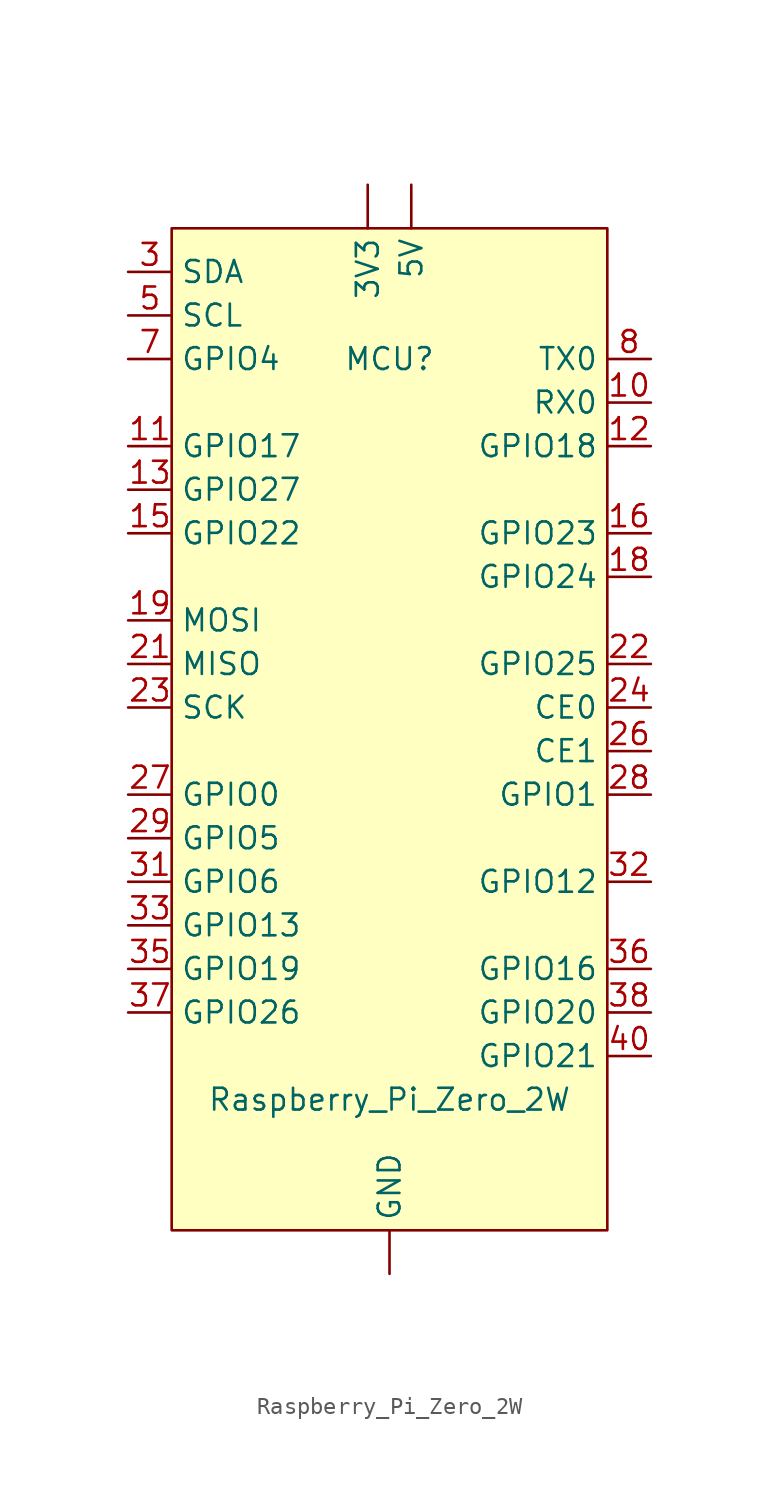
<source format=kicad_sym>
(kicad_symbol_lib
  (version 20211014)
  (generator kicad_symbol_editor)
  (symbol "Raspberry_Pi_Zero_2W"
    (property "Reference" "MCU"
      (at 0 17.78 0)
      (effects (font (size 1.27 1.27))))
    (property "Value" "Raspberry_Pi_Zero_2W"
      (at 0 -25.4 0)
      (effects (font (size 1.27 1.27))))
    (symbol "Raspberry_Pi_Zero_2W_0_1"
      (rectangle (start -12.7 25.4) (end 12.7 -33.02) (stroke (width 0) (type default) (color 0 0 0 0)) (fill (type background))))
    (symbol "Raspberry_Pi_Zero_2W_1_1"
      (pin input line (at -1.27 27.94 270) (length 2.54) (name "3V3" (effects (font (size 1.27 1.27)))) (number "" (effects (font (size 1.27 1.27)))))
      (pin input line (at 1.27 27.94 270) (length 2.54) (name "5V" (effects (font (size 1.27 1.27)))) (number "" (effects (font (size 1.27 1.27)))))
      (pin input line (at 0 -35.56 90) (length 2.54) (name "GND" (effects (font (size 1.27 1.27)))) (number "" (effects (font (size 1.27 1.27)))))
      (pin input line (at 15.24 15.24 180) (length 2.54) (name "RX0" (effects (font (size 1.27 1.27)))) (number "10" (effects (font (size 1.27 1.27)))))
      (pin input line (at -15.24 12.7 0) (length 2.54) (name "GPIO17" (effects (font (size 1.27 1.27)))) (number "11" (effects (font (size 1.27 1.27)))))
      (pin input line (at 15.24 12.7 180) (length 2.54) (name "GPIO18" (effects (font (size 1.27 1.27)))) (number "12" (effects (font (size 1.27 1.27)))))
      (pin input line (at -15.24 10.16 0) (length 2.54) (name "GPIO27" (effects (font (size 1.27 1.27)))) (number "13" (effects (font (size 1.27 1.27)))))
      (pin input line (at -15.24 7.62 0) (length 2.54) (name "GPIO22" (effects (font (size 1.27 1.27)))) (number "15" (effects (font (size 1.27 1.27)))))
      (pin input line (at 15.24 7.62 180) (length 2.54) (name "GPIO23" (effects (font (size 1.27 1.27)))) (number "16" (effects (font (size 1.27 1.27)))))
      (pin input line (at 15.24 5.08 180) (length 2.54) (name "GPIO24" (effects (font (size 1.27 1.27)))) (number "18" (effects (font (size 1.27 1.27)))))
      (pin input line (at -15.24 2.54 0) (length 2.54) (name "MOSI" (effects (font (size 1.27 1.27)))) (number "19" (effects (font (size 1.27 1.27)))))
      (pin input line (at -15.24 0 0) (length 2.54) (name "MISO" (effects (font (size 1.27 1.27)))) (number "21" (effects (font (size 1.27 1.27)))))
      (pin input line (at 15.24 0 180) (length 2.54) (name "GPIO25" (effects (font (size 1.27 1.27)))) (number "22" (effects (font (size 1.27 1.27)))))
      (pin input line (at -15.24 -2.54 0) (length 2.54) (name "SCK" (effects (font (size 1.27 1.27)))) (number "23" (effects (font (size 1.27 1.27)))))
      (pin input line (at 15.24 -2.54 180) (length 2.54) (name "CE0" (effects (font (size 1.27 1.27)))) (number "24" (effects (font (size 1.27 1.27)))))
      (pin input line (at 15.24 -5.08 180) (length 2.54) (name "CE1" (effects (font (size 1.27 1.27)))) (number "26" (effects (font (size 1.27 1.27)))))
      (pin input line (at -15.24 -7.62 0) (length 2.54) (name "GPIO0" (effects (font (size 1.27 1.27)))) (number "27" (effects (font (size 1.27 1.27)))))
      (pin input line (at 15.24 -7.62 180) (length 2.54) (name "GPIO1" (effects (font (size 1.27 1.27)))) (number "28" (effects (font (size 1.27 1.27)))))
      (pin input line (at -15.24 -10.16 0) (length 2.54) (name "GPIO5" (effects (font (size 1.27 1.27)))) (number "29" (effects (font (size 1.27 1.27)))))
      (pin input line (at -15.24 22.86 0) (length 2.54) (name "SDA" (effects (font (size 1.27 1.27)))) (number "3" (effects (font (size 1.27 1.27)))))
      (pin input line (at -15.24 -12.7 0) (length 2.54) (name "GPIO6" (effects (font (size 1.27 1.27)))) (number "31" (effects (font (size 1.27 1.27)))))
      (pin input line (at 15.24 -12.7 180) (length 2.54) (name "GPIO12" (effects (font (size 1.27 1.27)))) (number "32" (effects (font (size 1.27 1.27)))))
      (pin input line (at -15.24 -15.24 0) (length 2.54) (name "GPIO13" (effects (font (size 1.27 1.27)))) (number "33" (effects (font (size 1.27 1.27)))))
      (pin input line (at -15.24 -17.78 0) (length 2.54) (name "GPIO19" (effects (font (size 1.27 1.27)))) (number "35" (effects (font (size 1.27 1.27)))))
      (pin input line (at 15.24 -17.78 180) (length 2.54) (name "GPIO16" (effects (font (size 1.27 1.27)))) (number "36" (effects (font (size 1.27 1.27)))))
      (pin input line (at -15.24 -20.32 0) (length 2.54) (name "GPIO26" (effects (font (size 1.27 1.27)))) (number "37" (effects (font (size 1.27 1.27)))))
      (pin input line (at 15.24 -20.32 180) (length 2.54) (name "GPIO20" (effects (font (size 1.27 1.27)))) (number "38" (effects (font (size 1.27 1.27)))))
      (pin input line (at 15.24 -22.86 180) (length 2.54) (name "GPIO21" (effects (font (size 1.27 1.27)))) (number "40" (effects (font (size 1.27 1.27)))))
      (pin input line (at -15.24 20.32 0) (length 2.54) (name "SCL" (effects (font (size 1.27 1.27)))) (number "5" (effects (font (size 1.27 1.27)))))
      (pin input line (at -15.24 17.78 0) (length 2.54) (name "GPIO4" (effects (font (size 1.27 1.27)))) (number "7" (effects (font (size 1.27 1.27)))))
      (pin input line (at 15.24 17.78 180) (length 2.54) (name "TX0" (effects (font (size 1.27 1.27)))) (number "8" (effects (font (size 1.27 1.27))))))))
</source>
